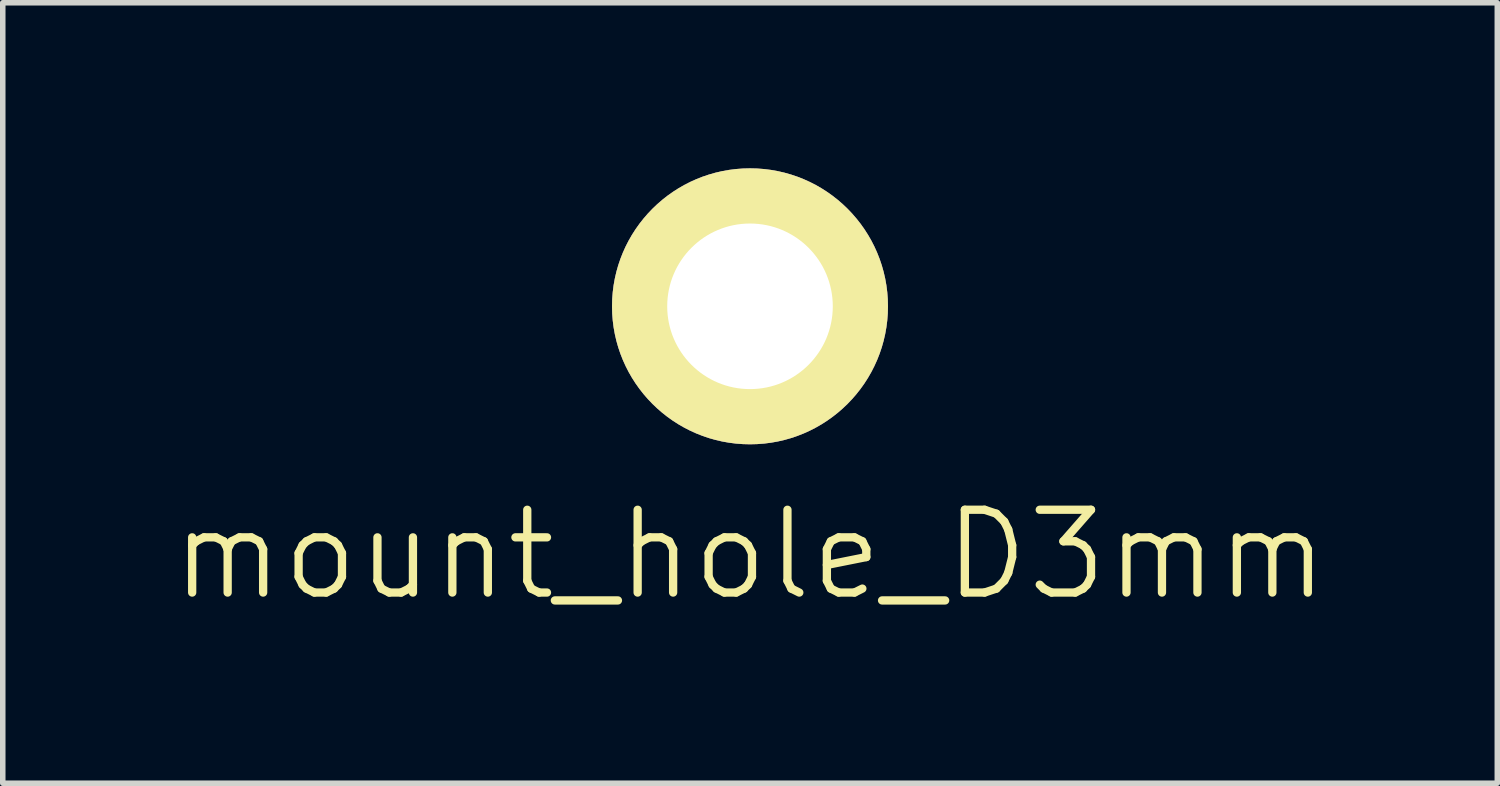
<source format=kicad_pcb>
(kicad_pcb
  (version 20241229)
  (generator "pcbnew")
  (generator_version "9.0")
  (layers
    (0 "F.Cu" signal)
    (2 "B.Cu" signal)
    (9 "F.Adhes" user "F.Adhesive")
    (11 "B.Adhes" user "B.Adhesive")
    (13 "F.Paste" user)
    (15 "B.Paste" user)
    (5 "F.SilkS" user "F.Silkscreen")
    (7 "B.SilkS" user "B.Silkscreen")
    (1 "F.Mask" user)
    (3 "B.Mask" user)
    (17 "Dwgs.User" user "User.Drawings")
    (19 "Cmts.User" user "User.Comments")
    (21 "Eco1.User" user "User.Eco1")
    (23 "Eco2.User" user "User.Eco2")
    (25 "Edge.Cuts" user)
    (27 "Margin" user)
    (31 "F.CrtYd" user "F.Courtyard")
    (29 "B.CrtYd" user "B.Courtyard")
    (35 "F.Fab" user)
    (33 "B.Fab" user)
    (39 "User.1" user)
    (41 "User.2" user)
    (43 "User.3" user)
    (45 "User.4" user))
  (footprint "mount_hole_D3mm"
    (layer "F.Cu")
    (at 10.539 2.5)
    (property "Reference" "mount_hole_D3mm" (at 0 4.5 0) (layer "F.SilkS") (effects (font (size 1.5 1.5) (thickness 0.15))))
    (attr through_hole)
    (pad "1" thru_hole circle (at 0 0) (size 5 5) (drill 3) (layers "*.Cu" "*.Mask" "F.SilkS")))
  (gr_rect
    (start -3 -3)
    (end 24.079 11.141)
    (stroke (width 0.1) (type default))
    (fill no)
    (layer "Edge.Cuts")))
</source>
